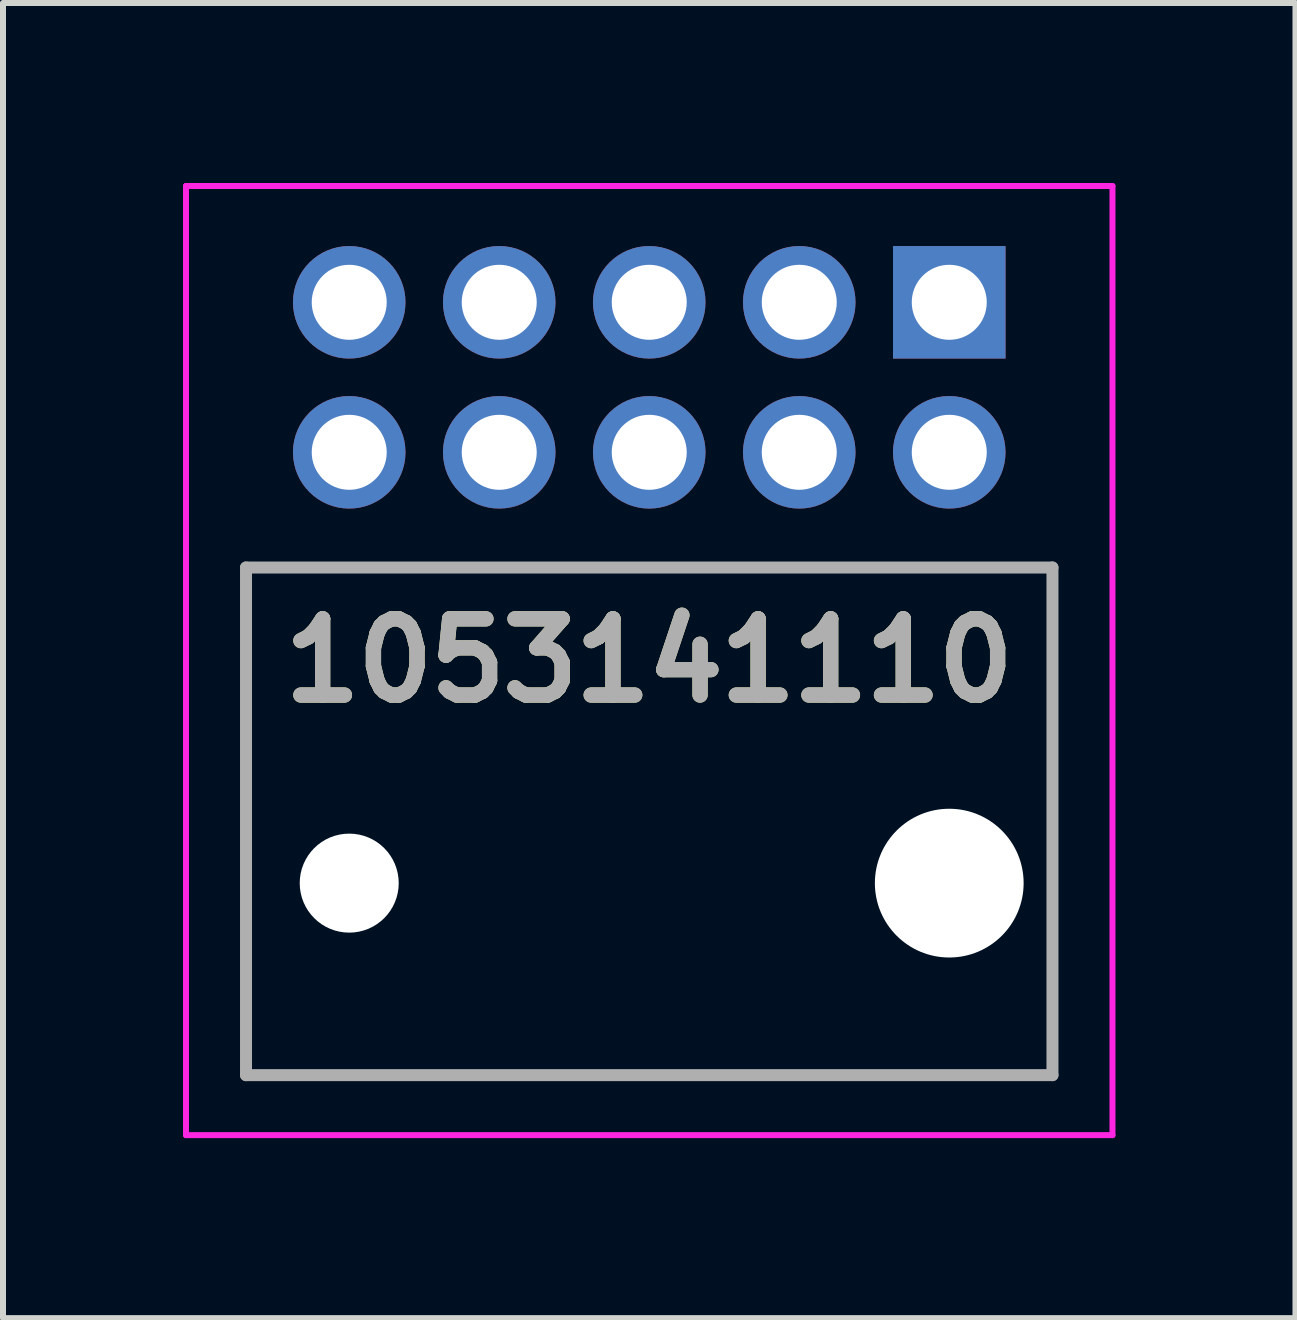
<source format=kicad_pcb>
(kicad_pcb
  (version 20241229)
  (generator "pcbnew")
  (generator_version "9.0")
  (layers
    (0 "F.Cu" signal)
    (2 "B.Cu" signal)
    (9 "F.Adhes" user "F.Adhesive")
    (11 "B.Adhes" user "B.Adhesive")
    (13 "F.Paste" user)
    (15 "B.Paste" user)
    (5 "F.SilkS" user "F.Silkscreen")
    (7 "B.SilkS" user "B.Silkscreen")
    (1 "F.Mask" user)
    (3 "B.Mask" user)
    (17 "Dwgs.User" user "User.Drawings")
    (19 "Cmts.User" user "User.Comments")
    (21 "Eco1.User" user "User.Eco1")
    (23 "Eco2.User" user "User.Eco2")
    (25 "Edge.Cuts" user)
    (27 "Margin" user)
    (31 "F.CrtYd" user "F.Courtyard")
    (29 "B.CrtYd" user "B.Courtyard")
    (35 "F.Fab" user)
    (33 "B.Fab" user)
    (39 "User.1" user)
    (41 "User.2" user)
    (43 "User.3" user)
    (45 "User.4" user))
  (footprint "1053141110"
    (layer "F.Cu")
    (at 12.77 1.988)
    (property "Reference" "1053141110" (at -5 5.971 0) (layer "F.SilkS") (effects (font (size 1.27 1.27) (thickness 0.254))))
    (attr through_hole)
    (fp_line (start -11.72 4.42) (end 1.72 4.42) (stroke (width 0.1) (type solid)) (layer "F.SilkS"))
    (fp_line (start -11.72 12.88) (end -11.72 4.42) (stroke (width 0.1) (type solid)) (layer "F.SilkS"))
    (fp_line (start 1.72 4.42) (end 1.72 12.88) (stroke (width 0.1) (type solid)) (layer "F.SilkS"))
    (fp_line (start 1.72 12.88) (end -11.72 12.88) (stroke (width 0.1) (type solid)) (layer "F.SilkS"))
    (fp_line (start -12.72 -1.938) (end 2.72 -1.938) (stroke (width 0.1) (type solid)) (layer "F.CrtYd"))
    (fp_line (start -12.72 13.88) (end -12.72 -1.938) (stroke (width 0.1) (type solid)) (layer "F.CrtYd"))
    (fp_line (start 2.72 -1.938) (end 2.72 13.88) (stroke (width 0.1) (type solid)) (layer "F.CrtYd"))
    (fp_line (start 2.72 13.88) (end -12.72 13.88) (stroke (width 0.1) (type solid)) (layer "F.CrtYd"))
    (fp_line (start -11.72 4.42) (end -11.72 12.88) (stroke (width 0.2) (type solid)) (layer "F.Fab"))
    (fp_line (start -11.72 12.88) (end 1.72 12.88) (stroke (width 0.2) (type solid)) (layer "F.Fab"))
    (fp_line (start 1.72 4.42) (end -11.72 4.42) (stroke (width 0.2) (type solid)) (layer "F.Fab"))
    (fp_line (start 1.72 12.88) (end 1.72 4.42) (stroke (width 0.2) (type solid)) (layer "F.Fab"))
    (fp_text user "${REFERENCE}" (at -5 5.971 0) (layer "F.Fab") (effects (font (size 1.27 1.27) (thickness 0.254))))
    (pad "" np_thru_hole circle (at -10 9.68) (size 1.65 1.65) (drill 1.65) (layers "*.Cu" "*.Mask"))
    (pad "" np_thru_hole circle (at 0 9.68) (size 2.479 2.479) (drill 2.479) (layers "*.Cu" "*.Mask"))
    (pad "1" thru_hole rect (at 0 0) (size 1.875 1.875) (drill 1.25) (layers "*.Cu" "*.Mask"))
    (pad "2" thru_hole circle (at -2.5 0) (size 1.875 1.875) (drill 1.25) (layers "*.Cu" "*.Mask"))
    (pad "3" thru_hole circle (at -5 0) (size 1.875 1.875) (drill 1.25) (layers "*.Cu" "*.Mask"))
    (pad "4" thru_hole circle (at -7.5 0) (size 1.875 1.875) (drill 1.25) (layers "*.Cu" "*.Mask"))
    (pad "5" thru_hole circle (at -10 0) (size 1.875 1.875) (drill 1.25) (layers "*.Cu" "*.Mask"))
    (pad "6" thru_hole circle (at 0 2.5) (size 1.875 1.875) (drill 1.25) (layers "*.Cu" "*.Mask"))
    (pad "7" thru_hole circle (at -2.5 2.5) (size 1.875 1.875) (drill 1.25) (layers "*.Cu" "*.Mask"))
    (pad "8" thru_hole circle (at -5 2.5) (size 1.875 1.875) (drill 1.25) (layers "*.Cu" "*.Mask"))
    (pad "9" thru_hole circle (at -7.5 2.5) (size 1.875 1.875) (drill 1.25) (layers "*.Cu" "*.Mask"))
    (pad "10" thru_hole circle (at -10 2.5) (size 1.875 1.875) (drill 1.25) (layers "*.Cu" "*.Mask")))
  (gr_rect
    (start -3 -3)
    (end 18.54 18.918)
    (stroke (width 0.1) (type default))
    (fill no)
    (layer "Edge.Cuts")))
</source>
